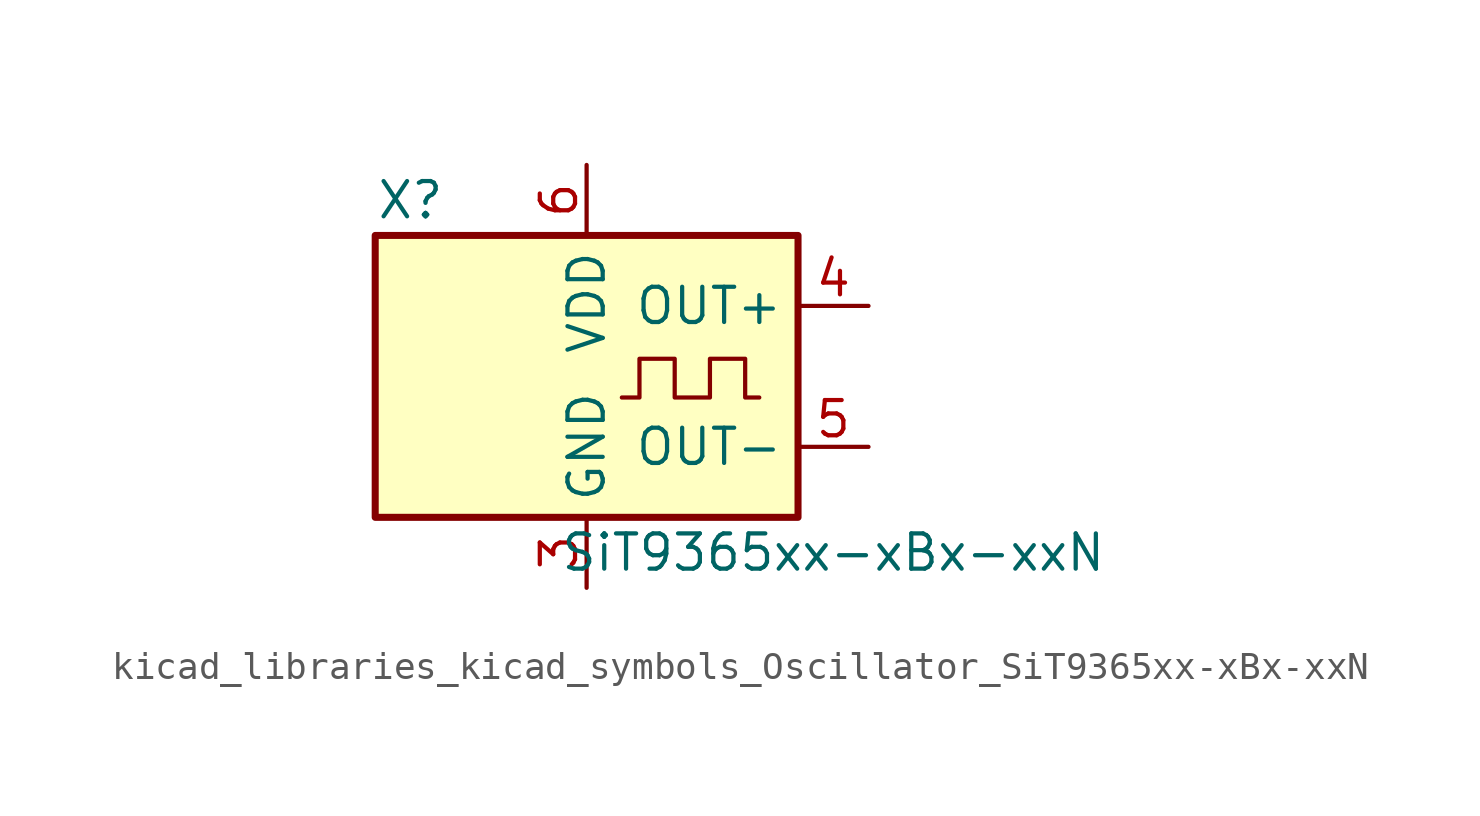
<source format=kicad_sym>
(kicad_symbol_lib
  (version 20220914)
  (generator kicad_symbol_editor)
  (symbol "kicad_libraries_kicad_symbols_Oscillator_SiT9365xx-xBx-xxN"
    (property "Reference" "X"
      (at -6.35 6.35 0)
      (effects (font (size 1.27 1.27))))
    (property "Value" "SiT9365xx-xBx-xxN"
      (at 8.89 -6.35 0)
      (effects (font (size 1.27 1.27))))
    (symbol "kicad_libraries_kicad_symbols_Oscillator_SiT9365xx-xBx-xxN_0_1"
      (rectangle (start -7.62 5.08) (end 7.62 -5.08) (stroke (width 0.254) (type default)) (fill (type background)))
      (polyline (pts (xy 1.27 -0.762) (xy 1.905 -0.762) (xy 1.905 0.635) (xy 3.175 0.635) (xy 3.175 -0.762) (xy 4.445 -0.762) (xy 4.445 0.635) (xy 5.715 0.635) (xy 5.715 -0.762) (xy 6.223 -0.762)) (stroke (width 0) (type default)) (fill (type none))))
    (symbol "kicad_libraries_kicad_symbols_Oscillator_SiT9365xx-xBx-xxN_1_1"
      (pin no_connect line (at -7.62 0 0) (length 2.54) hide (name "NC" (effects (font (size 1.27 1.27)))) (number "1" (effects (font (size 1.27 1.27)))))
      (pin no_connect line (at -7.62 2.54 0) (length 2.54) hide (name "NC" (effects (font (size 1.27 1.27)))) (number "2" (effects (font (size 1.27 1.27)))))
      (pin power_in line (at 0 -7.62 90) (length 2.54) (name "GND" (effects (font (size 1.27 1.27)))) (number "3" (effects (font (size 1.27 1.27)))))
      (pin output line (at 10.16 2.54 180) (length 2.54) (name "OUT+" (effects (font (size 1.27 1.27)))) (number "4" (effects (font (size 1.27 1.27)))))
      (pin output line (at 10.16 -2.54 180) (length 2.54) (name "OUT-" (effects (font (size 1.27 1.27)))) (number "5" (effects (font (size 1.27 1.27)))))
      (pin power_in line (at 0 7.62 270) (length 2.54) (name "VDD" (effects (font (size 1.27 1.27)))) (number "6" (effects (font (size 1.27 1.27))))))))
</source>
